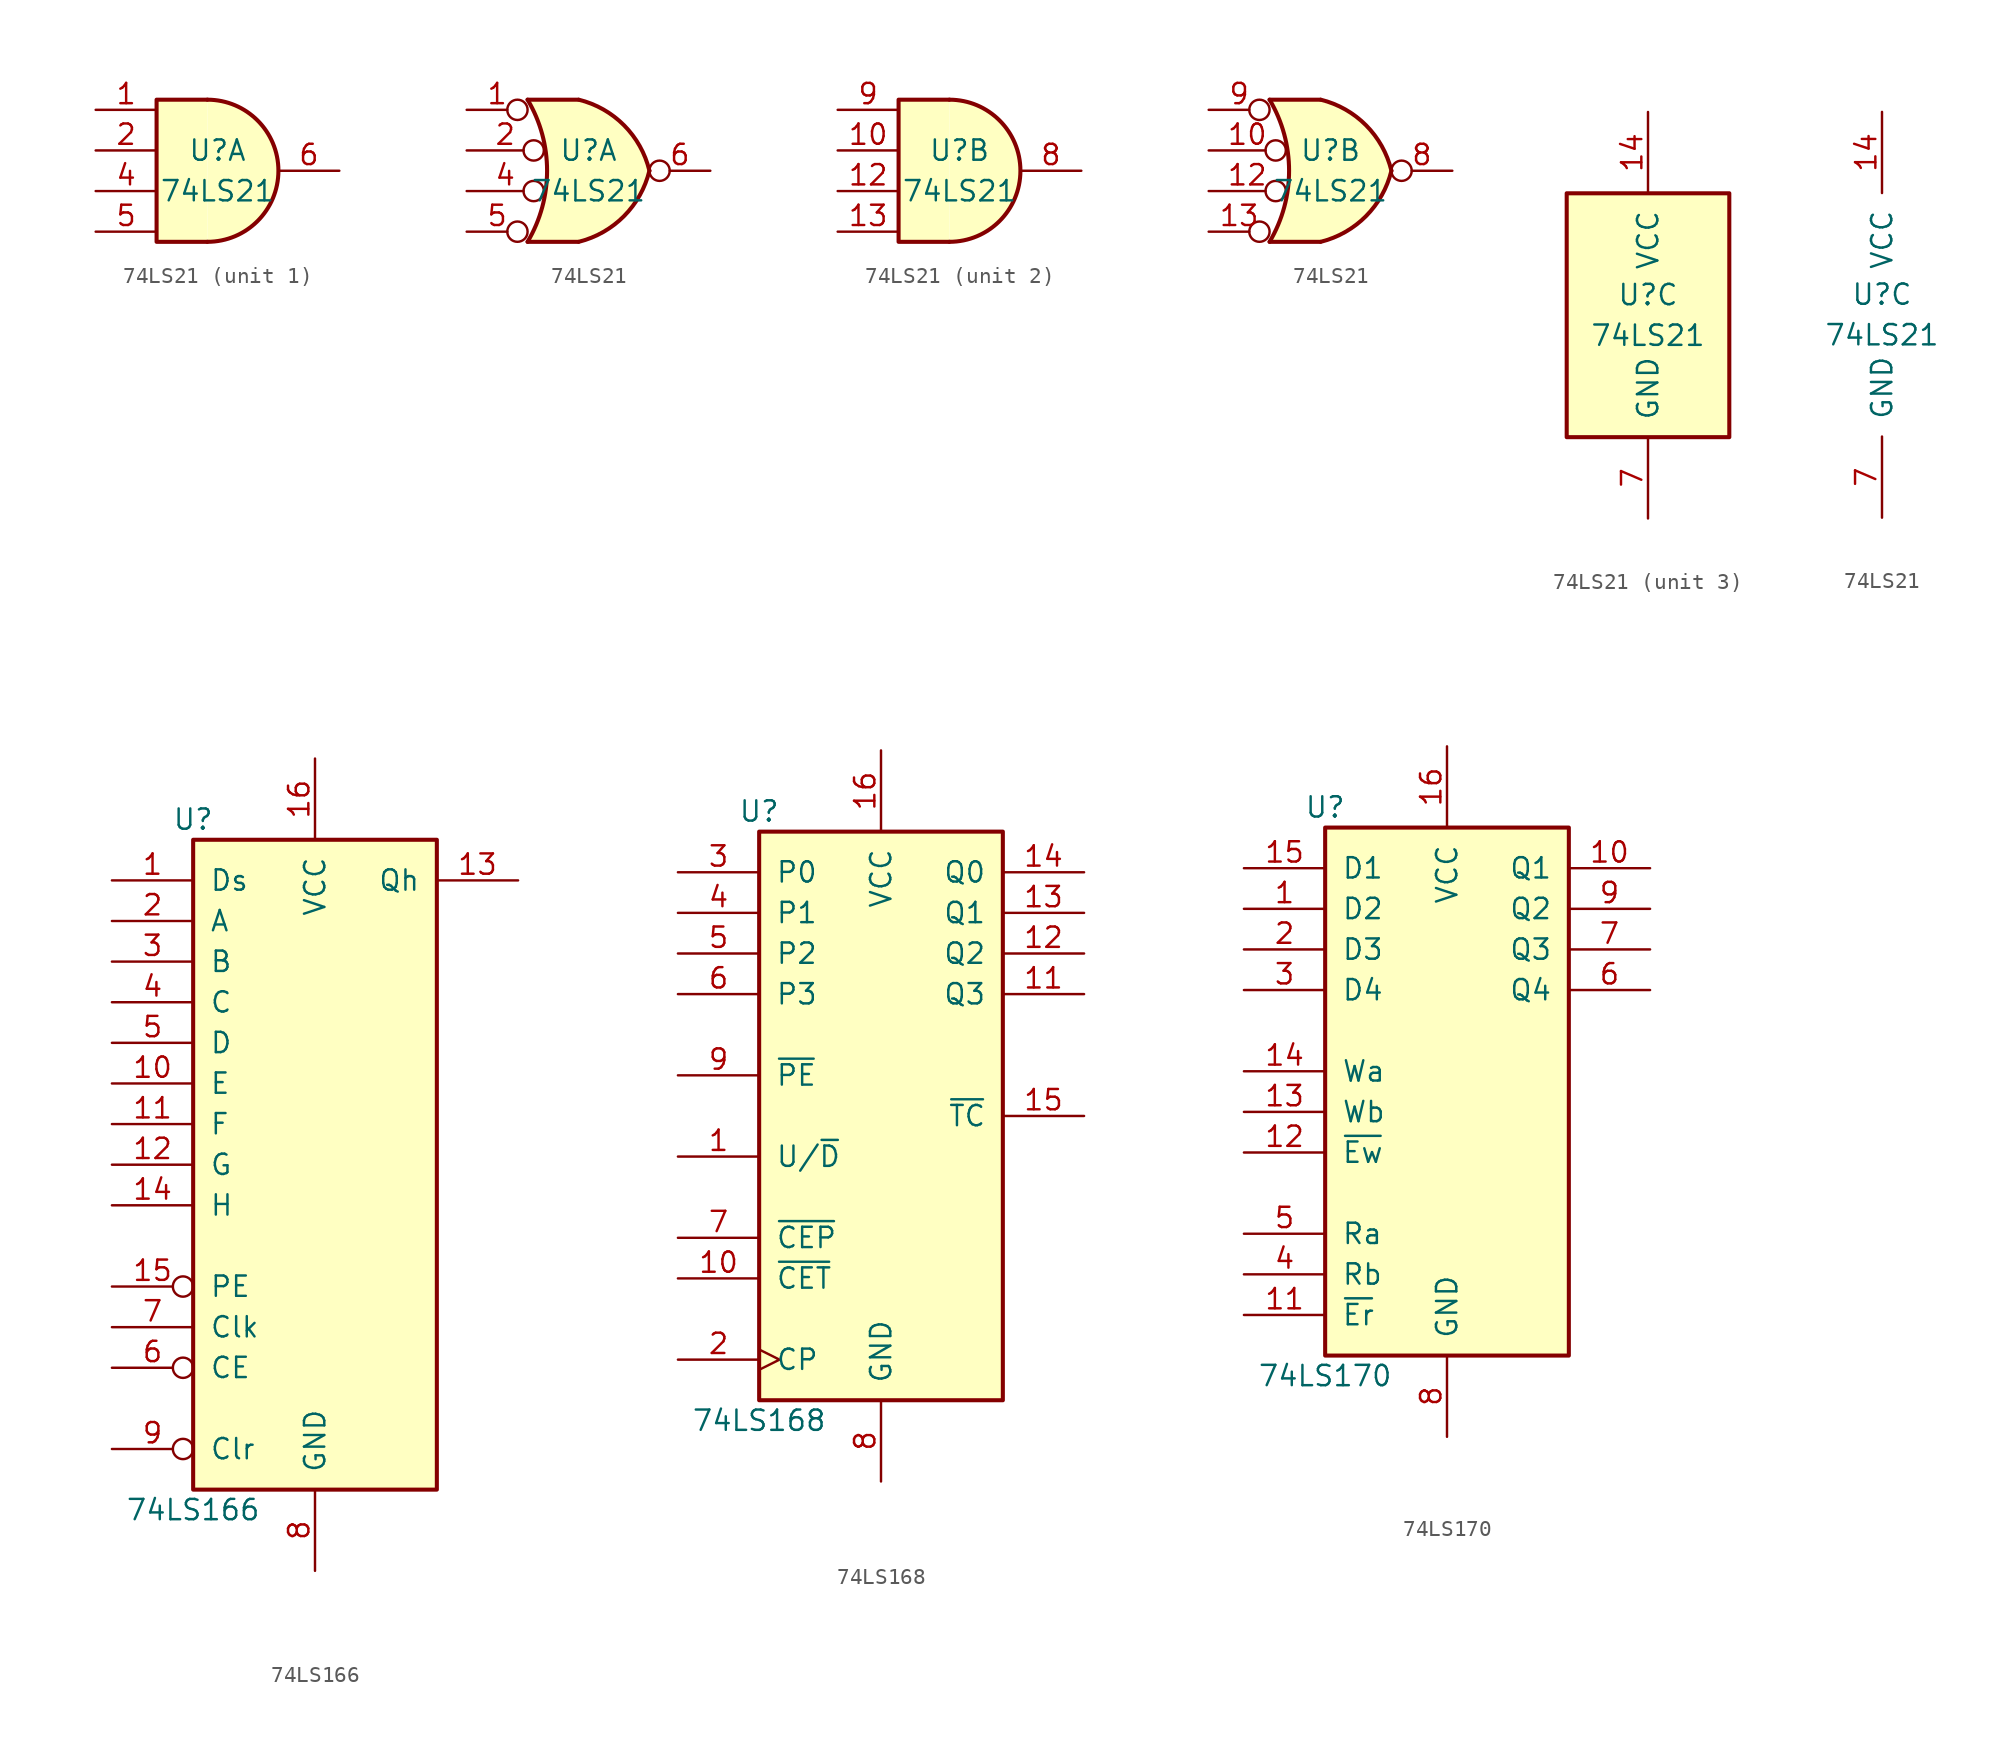
<source format=kicad_sym>
(kicad_symbol_lib
  (version 20241209)
  (generator "kicad_symbol_editor")
  (generator_version "9.0")
  (symbol "74LS21"
    (pin_names
      (offset 1.016))
    (property "Reference" "U"
      (at 0 1.27 0)
      (effects (font (size 1.27 1.27))))
    (property "Value" "74LS21"
      (at 0 -1.27 0)
      (effects (font (size 1.27 1.27))))
    (property "ki_locked" ""
      (at 0 0 0)
      (effects (font (size 1.27 1.27))))
    (symbol "74LS21_1_1"
      (polyline (pts (xy -0.635 4.445) (xy -3.81 4.445) (xy -3.81 -4.445) (xy -0.635 -4.445)) (stroke (width 0.254) (type solid)) (fill (type background)))
      (arc (start -0.635 4.445) (mid 3.81 0) (end -0.635 -4.445) (stroke (width 0.254) (type solid)) (fill (type background)))
      (pin input line (at -7.62 3.81 0) (length 3.81) (name "~" (effects (font (size 1.27 1.27)))) (number "1" (effects (font (size 1.27 1.27)))))
      (pin input line (at -7.62 1.27 0) (length 3.81) (name "~" (effects (font (size 1.27 1.27)))) (number "2" (effects (font (size 1.27 1.27)))))
      (pin input line (at -7.62 -1.27 0) (length 3.81) (name "~" (effects (font (size 1.27 1.27)))) (number "4" (effects (font (size 1.27 1.27)))))
      (pin input line (at -7.62 -3.81 0) (length 3.81) (name "~" (effects (font (size 1.27 1.27)))) (number "5" (effects (font (size 1.27 1.27)))))
      (pin output line (at 7.62 0 180) (length 3.81) (name "~" (effects (font (size 1.27 1.27)))) (number "6" (effects (font (size 1.27 1.27))))))
    (symbol "74LS21_1_2"
      (arc (start -3.81 4.445) (mid -2.5908 0) (end -3.81 -4.445) (stroke (width 0.254) (type solid)) (fill (type none)))
      (polyline (pts (xy -3.81 4.445) (xy -0.635 4.445)) (stroke (width 0.254) (type solid)) (fill (type background)))
      (polyline (pts (xy -3.81 -4.445) (xy -0.635 -4.445)) (stroke (width 0.254) (type solid)) (fill (type background)))
      (arc (start 3.81 0) (mid 2.2204 -2.8379) (end -0.6096 -4.445) (stroke (width 0.254) (type solid)) (fill (type background)))
      (arc (start -0.6096 4.445) (mid 2.2246 2.8422) (end 3.81 0) (stroke (width 0.254) (type solid)) (fill (type background)))
      (polyline (pts (xy -0.635 4.445) (xy -3.81 4.445) (xy -3.81 4.445) (xy -3.632 4.089) (xy -3.099 2.921) (xy -2.769 1.676) (xy -2.616 0.432) (xy -2.642 -0.864) (xy -2.87 -2.108) (xy -3.251 -3.327) (xy -3.81 -4.445) (xy -3.81 -4.445) (xy -0.635 -4.445)) (stroke (width -25.4) (type solid)) (fill (type background)))
      (pin input inverted (at -7.62 3.81 0) (length 3.81) (name "~" (effects (font (size 1.27 1.27)))) (number "1" (effects (font (size 1.27 1.27)))))
      (pin input inverted (at -7.62 1.27 0) (length 4.826) (name "~" (effects (font (size 1.27 1.27)))) (number "2" (effects (font (size 1.27 1.27)))))
      (pin input inverted (at -7.62 -1.27 0) (length 4.826) (name "~" (effects (font (size 1.27 1.27)))) (number "4" (effects (font (size 1.27 1.27)))))
      (pin input inverted (at -7.62 -3.81 0) (length 3.81) (name "~" (effects (font (size 1.27 1.27)))) (number "5" (effects (font (size 1.27 1.27)))))
      (pin output inverted (at 7.62 0 180) (length 3.81) (name "~" (effects (font (size 1.27 1.27)))) (number "6" (effects (font (size 1.27 1.27))))))
    (symbol "74LS21_2_1"
      (polyline (pts (xy -0.635 4.445) (xy -3.81 4.445) (xy -3.81 -4.445) (xy -0.635 -4.445)) (stroke (width 0.254) (type solid)) (fill (type background)))
      (arc (start -0.635 4.445) (mid 3.81 0) (end -0.635 -4.445) (stroke (width 0.254) (type solid)) (fill (type background)))
      (pin input line (at -7.62 3.81 0) (length 3.81) (name "~" (effects (font (size 1.27 1.27)))) (number "9" (effects (font (size 1.27 1.27)))))
      (pin input line (at -7.62 1.27 0) (length 3.81) (name "~" (effects (font (size 1.27 1.27)))) (number "10" (effects (font (size 1.27 1.27)))))
      (pin input line (at -7.62 -1.27 0) (length 3.81) (name "~" (effects (font (size 1.27 1.27)))) (number "12" (effects (font (size 1.27 1.27)))))
      (pin input line (at -7.62 -3.81 0) (length 3.81) (name "~" (effects (font (size 1.27 1.27)))) (number "13" (effects (font (size 1.27 1.27)))))
      (pin output line (at 7.62 0 180) (length 3.81) (name "~" (effects (font (size 1.27 1.27)))) (number "8" (effects (font (size 1.27 1.27))))))
    (symbol "74LS21_2_2"
      (arc (start -3.81 4.445) (mid -2.5908 0) (end -3.81 -4.445) (stroke (width 0.254) (type solid)) (fill (type none)))
      (polyline (pts (xy -3.81 4.445) (xy -0.635 4.445)) (stroke (width 0.254) (type solid)) (fill (type background)))
      (polyline (pts (xy -3.81 -4.445) (xy -0.635 -4.445)) (stroke (width 0.254) (type solid)) (fill (type background)))
      (arc (start 3.81 0) (mid 2.2204 -2.8379) (end -0.6096 -4.445) (stroke (width 0.254) (type solid)) (fill (type background)))
      (arc (start -0.6096 4.445) (mid 2.2246 2.8422) (end 3.81 0) (stroke (width 0.254) (type solid)) (fill (type background)))
      (polyline (pts (xy -0.635 4.445) (xy -3.81 4.445) (xy -3.81 4.445) (xy -3.632 4.089) (xy -3.099 2.921) (xy -2.769 1.676) (xy -2.616 0.432) (xy -2.642 -0.864) (xy -2.87 -2.108) (xy -3.251 -3.327) (xy -3.81 -4.445) (xy -3.81 -4.445) (xy -0.635 -4.445)) (stroke (width -25.4) (type solid)) (fill (type background)))
      (pin input inverted (at -7.62 3.81 0) (length 3.81) (name "~" (effects (font (size 1.27 1.27)))) (number "9" (effects (font (size 1.27 1.27)))))
      (pin input inverted (at -7.62 1.27 0) (length 4.826) (name "~" (effects (font (size 1.27 1.27)))) (number "10" (effects (font (size 1.27 1.27)))))
      (pin input inverted (at -7.62 -1.27 0) (length 4.826) (name "~" (effects (font (size 1.27 1.27)))) (number "12" (effects (font (size 1.27 1.27)))))
      (pin input inverted (at -7.62 -3.81 0) (length 3.81) (name "~" (effects (font (size 1.27 1.27)))) (number "13" (effects (font (size 1.27 1.27)))))
      (pin output inverted (at 7.62 0 180) (length 3.81) (name "~" (effects (font (size 1.27 1.27)))) (number "8" (effects (font (size 1.27 1.27))))))
    (symbol "74LS21_3_0"
      (pin power_in line (at 0 12.7 270) (length 5.08) (name "VCC" (effects (font (size 1.27 1.27)))) (number "14" (effects (font (size 1.27 1.27)))))
      (pin power_in line (at 0 -12.7 90) (length 5.08) (name "GND" (effects (font (size 1.27 1.27)))) (number "7" (effects (font (size 1.27 1.27))))))
    (symbol "74LS21_3_1"
      (rectangle (start -5.08 7.62) (end 5.08 -7.62) (stroke (width 0.254) (type solid)) (fill (type background)))))
  (symbol "74LS166"
    (pin_names
      (offset 1.016))
    (property "Reference" "U"
      (at -7.62 21.59 0)
      (effects (font (size 1.27 1.27))))
    (property "Value" "74LS166"
      (at -7.62 -21.59 0)
      (effects (font (size 1.27 1.27))))
    (property "ki_locked" ""
      (at 0 0 0)
      (effects (font (size 1.27 1.27))))
    (symbol "74LS166_1_0"
      (pin input line (at -12.7 17.78 0) (length 5.08) (name "Ds" (effects (font (size 1.27 1.27)))) (number "1" (effects (font (size 1.27 1.27)))))
      (pin input line (at -12.7 15.24 0) (length 5.08) (name "A" (effects (font (size 1.27 1.27)))) (number "2" (effects (font (size 1.27 1.27)))))
      (pin input line (at -12.7 12.7 0) (length 5.08) (name "B" (effects (font (size 1.27 1.27)))) (number "3" (effects (font (size 1.27 1.27)))))
      (pin input line (at -12.7 10.16 0) (length 5.08) (name "C" (effects (font (size 1.27 1.27)))) (number "4" (effects (font (size 1.27 1.27)))))
      (pin input line (at -12.7 7.62 0) (length 5.08) (name "D" (effects (font (size 1.27 1.27)))) (number "5" (effects (font (size 1.27 1.27)))))
      (pin input line (at -12.7 5.08 0) (length 5.08) (name "E" (effects (font (size 1.27 1.27)))) (number "10" (effects (font (size 1.27 1.27)))))
      (pin input line (at -12.7 2.54 0) (length 5.08) (name "F" (effects (font (size 1.27 1.27)))) (number "11" (effects (font (size 1.27 1.27)))))
      (pin input line (at -12.7 0 0) (length 5.08) (name "G" (effects (font (size 1.27 1.27)))) (number "12" (effects (font (size 1.27 1.27)))))
      (pin input line (at -12.7 -2.54 0) (length 5.08) (name "H" (effects (font (size 1.27 1.27)))) (number "14" (effects (font (size 1.27 1.27)))))
      (pin input inverted (at -12.7 -7.62 0) (length 5.08) (name "PE" (effects (font (size 1.27 1.27)))) (number "15" (effects (font (size 1.27 1.27)))))
      (pin input line (at -12.7 -10.16 0) (length 5.08) (name "Clk" (effects (font (size 1.27 1.27)))) (number "7" (effects (font (size 1.27 1.27)))))
      (pin input inverted (at -12.7 -12.7 0) (length 5.08) (name "CE" (effects (font (size 1.27 1.27)))) (number "6" (effects (font (size 1.27 1.27)))))
      (pin input inverted (at -12.7 -17.78 0) (length 5.08) (name "Clr" (effects (font (size 1.27 1.27)))) (number "9" (effects (font (size 1.27 1.27)))))
      (pin power_in line (at 0 25.4 270) (length 5.08) (name "VCC" (effects (font (size 1.27 1.27)))) (number "16" (effects (font (size 1.27 1.27)))))
      (pin power_in line (at 0 -25.4 90) (length 5.08) (name "GND" (effects (font (size 1.27 1.27)))) (number "8" (effects (font (size 1.27 1.27)))))
      (pin output line (at 12.7 17.78 180) (length 5.08) (name "Qh" (effects (font (size 1.27 1.27)))) (number "13" (effects (font (size 1.27 1.27))))))
    (symbol "74LS166_1_1"
      (rectangle (start -7.62 20.32) (end 7.62 -20.32) (stroke (width 0.254) (type solid)) (fill (type background)))))
  (symbol "74LS168"
    (pin_names
      (offset 1.016))
    (property "Reference" "U"
      (at -7.62 19.05 0)
      (effects (font (size 1.27 1.27))))
    (property "Value" "74LS168"
      (at -7.62 -19.05 0)
      (effects (font (size 1.27 1.27))))
    (property "ki_locked" ""
      (at 0 0 0)
      (effects (font (size 1.27 1.27))))
    (symbol "74LS168_1_0"
      (pin input line (at -12.7 15.24 0) (length 5.08) (name "P0" (effects (font (size 1.27 1.27)))) (number "3" (effects (font (size 1.27 1.27)))))
      (pin input line (at -12.7 12.7 0) (length 5.08) (name "P1" (effects (font (size 1.27 1.27)))) (number "4" (effects (font (size 1.27 1.27)))))
      (pin input line (at -12.7 10.16 0) (length 5.08) (name "P2" (effects (font (size 1.27 1.27)))) (number "5" (effects (font (size 1.27 1.27)))))
      (pin input line (at -12.7 7.62 0) (length 5.08) (name "P3" (effects (font (size 1.27 1.27)))) (number "6" (effects (font (size 1.27 1.27)))))
      (pin input line (at -12.7 2.54 0) (length 5.08) (name "~{PE}" (effects (font (size 1.27 1.27)))) (number "9" (effects (font (size 1.27 1.27)))))
      (pin input line (at -12.7 -2.54 0) (length 5.08) (name "U/~{D}" (effects (font (size 1.27 1.27)))) (number "1" (effects (font (size 1.27 1.27)))))
      (pin input line (at -12.7 -7.62 0) (length 5.08) (name "~{CEP}" (effects (font (size 1.27 1.27)))) (number "7" (effects (font (size 1.27 1.27)))))
      (pin input line (at -12.7 -10.16 0) (length 5.08) (name "~{CET}" (effects (font (size 1.27 1.27)))) (number "10" (effects (font (size 1.27 1.27)))))
      (pin input clock (at -12.7 -15.24 0) (length 5.08) (name "CP" (effects (font (size 1.27 1.27)))) (number "2" (effects (font (size 1.27 1.27)))))
      (pin power_in line (at 0 22.86 270) (length 5.08) (name "VCC" (effects (font (size 1.27 1.27)))) (number "16" (effects (font (size 1.27 1.27)))))
      (pin power_in line (at 0 -22.86 90) (length 5.08) (name "GND" (effects (font (size 1.27 1.27)))) (number "8" (effects (font (size 1.27 1.27)))))
      (pin output line (at 12.7 15.24 180) (length 5.08) (name "Q0" (effects (font (size 1.27 1.27)))) (number "14" (effects (font (size 1.27 1.27)))))
      (pin output line (at 12.7 12.7 180) (length 5.08) (name "Q1" (effects (font (size 1.27 1.27)))) (number "13" (effects (font (size 1.27 1.27)))))
      (pin output line (at 12.7 10.16 180) (length 5.08) (name "Q2" (effects (font (size 1.27 1.27)))) (number "12" (effects (font (size 1.27 1.27)))))
      (pin output line (at 12.7 7.62 180) (length 5.08) (name "Q3" (effects (font (size 1.27 1.27)))) (number "11" (effects (font (size 1.27 1.27)))))
      (pin output line (at 12.7 0 180) (length 5.08) (name "~{TC}" (effects (font (size 1.27 1.27)))) (number "15" (effects (font (size 1.27 1.27))))))
    (symbol "74LS168_1_1"
      (rectangle (start -7.62 17.78) (end 7.62 -17.78) (stroke (width 0.254) (type solid)) (fill (type background)))))
  (symbol "74LS170"
    (pin_names
      (offset 1.016))
    (property "Reference" "U"
      (at -7.62 16.51 0)
      (effects (font (size 1.27 1.27))))
    (property "Value" "74LS170"
      (at -7.62 -19.05 0)
      (effects (font (size 1.27 1.27))))
    (property "ki_locked" ""
      (at 0 0 0)
      (effects (font (size 1.27 1.27))))
    (symbol "74LS170_1_0"
      (pin input line (at -12.7 12.7 0) (length 5.08) (name "D1" (effects (font (size 1.27 1.27)))) (number "15" (effects (font (size 1.27 1.27)))))
      (pin input line (at -12.7 10.16 0) (length 5.08) (name "D2" (effects (font (size 1.27 1.27)))) (number "1" (effects (font (size 1.27 1.27)))))
      (pin input line (at -12.7 7.62 0) (length 5.08) (name "D3" (effects (font (size 1.27 1.27)))) (number "2" (effects (font (size 1.27 1.27)))))
      (pin input line (at -12.7 5.08 0) (length 5.08) (name "D4" (effects (font (size 1.27 1.27)))) (number "3" (effects (font (size 1.27 1.27)))))
      (pin input line (at -12.7 0 0) (length 5.08) (name "Wa" (effects (font (size 1.27 1.27)))) (number "14" (effects (font (size 1.27 1.27)))))
      (pin input line (at -12.7 -2.54 0) (length 5.08) (name "Wb" (effects (font (size 1.27 1.27)))) (number "13" (effects (font (size 1.27 1.27)))))
      (pin input line (at -12.7 -5.08 0) (length 5.08) (name "~{Ew}" (effects (font (size 1.27 1.27)))) (number "12" (effects (font (size 1.27 1.27)))))
      (pin input line (at -12.7 -10.16 0) (length 5.08) (name "Ra" (effects (font (size 1.27 1.27)))) (number "5" (effects (font (size 1.27 1.27)))))
      (pin input line (at -12.7 -12.7 0) (length 5.08) (name "Rb" (effects (font (size 1.27 1.27)))) (number "4" (effects (font (size 1.27 1.27)))))
      (pin input line (at -12.7 -15.24 0) (length 5.08) (name "~{Er}" (effects (font (size 1.27 1.27)))) (number "11" (effects (font (size 1.27 1.27)))))
      (pin power_in line (at 0 20.32 270) (length 5.08) (name "VCC" (effects (font (size 1.27 1.27)))) (number "16" (effects (font (size 1.27 1.27)))))
      (pin power_in line (at 0 -22.86 90) (length 5.08) (name "GND" (effects (font (size 1.27 1.27)))) (number "8" (effects (font (size 1.27 1.27)))))
      (pin tri_state line (at 12.7 12.7 180) (length 5.08) (name "Q1" (effects (font (size 1.27 1.27)))) (number "10" (effects (font (size 1.27 1.27)))))
      (pin tri_state line (at 12.7 10.16 180) (length 5.08) (name "Q2" (effects (font (size 1.27 1.27)))) (number "9" (effects (font (size 1.27 1.27)))))
      (pin tri_state line (at 12.7 7.62 180) (length 5.08) (name "Q3" (effects (font (size 1.27 1.27)))) (number "7" (effects (font (size 1.27 1.27)))))
      (pin tri_state line (at 12.7 5.08 180) (length 5.08) (name "Q4" (effects (font (size 1.27 1.27)))) (number "6" (effects (font (size 1.27 1.27))))))
    (symbol "74LS170_1_1"
      (rectangle (start -7.62 15.24) (end 7.62 -17.78) (stroke (width 0.254) (type solid)) (fill (type background))))))
</source>
